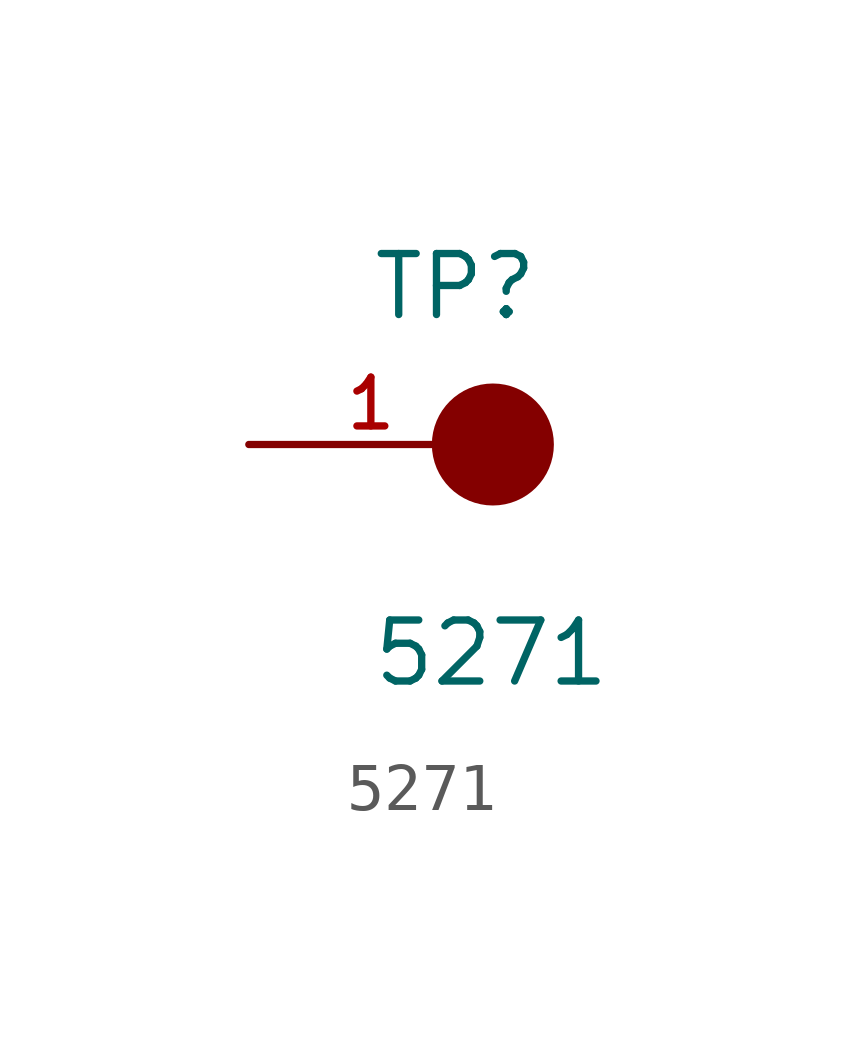
<source format=kicad_sym>
(kicad_symbol_lib
  (version 20241209)
  (generator "kicad_symbol_editor")
  (generator_version "9.0")
  (symbol "5271"
    (pin_names
      (offset 1.016))
    (property "Reference" "TP"
      (at -2.544 2.542 0)
      (effects (font (size 1.27 1.27)) (justify left bottom)))
    (property "Value" "5271"
      (at -2.55 -5.087 0)
      (effects (font (size 1.27 1.27)) (justify left bottom)))
    (symbol "5271_0_0"
      (circle (center 0 0) (radius 0.635) (stroke (width 1.27) (type default)) (fill (type none)))
      (pin passive line (at -5.08 0 0) (length 5.08) (name "~" (effects (font (size 1.016 1.016)))) (number "1" (effects (font (size 1.016 1.016))))))))
</source>
